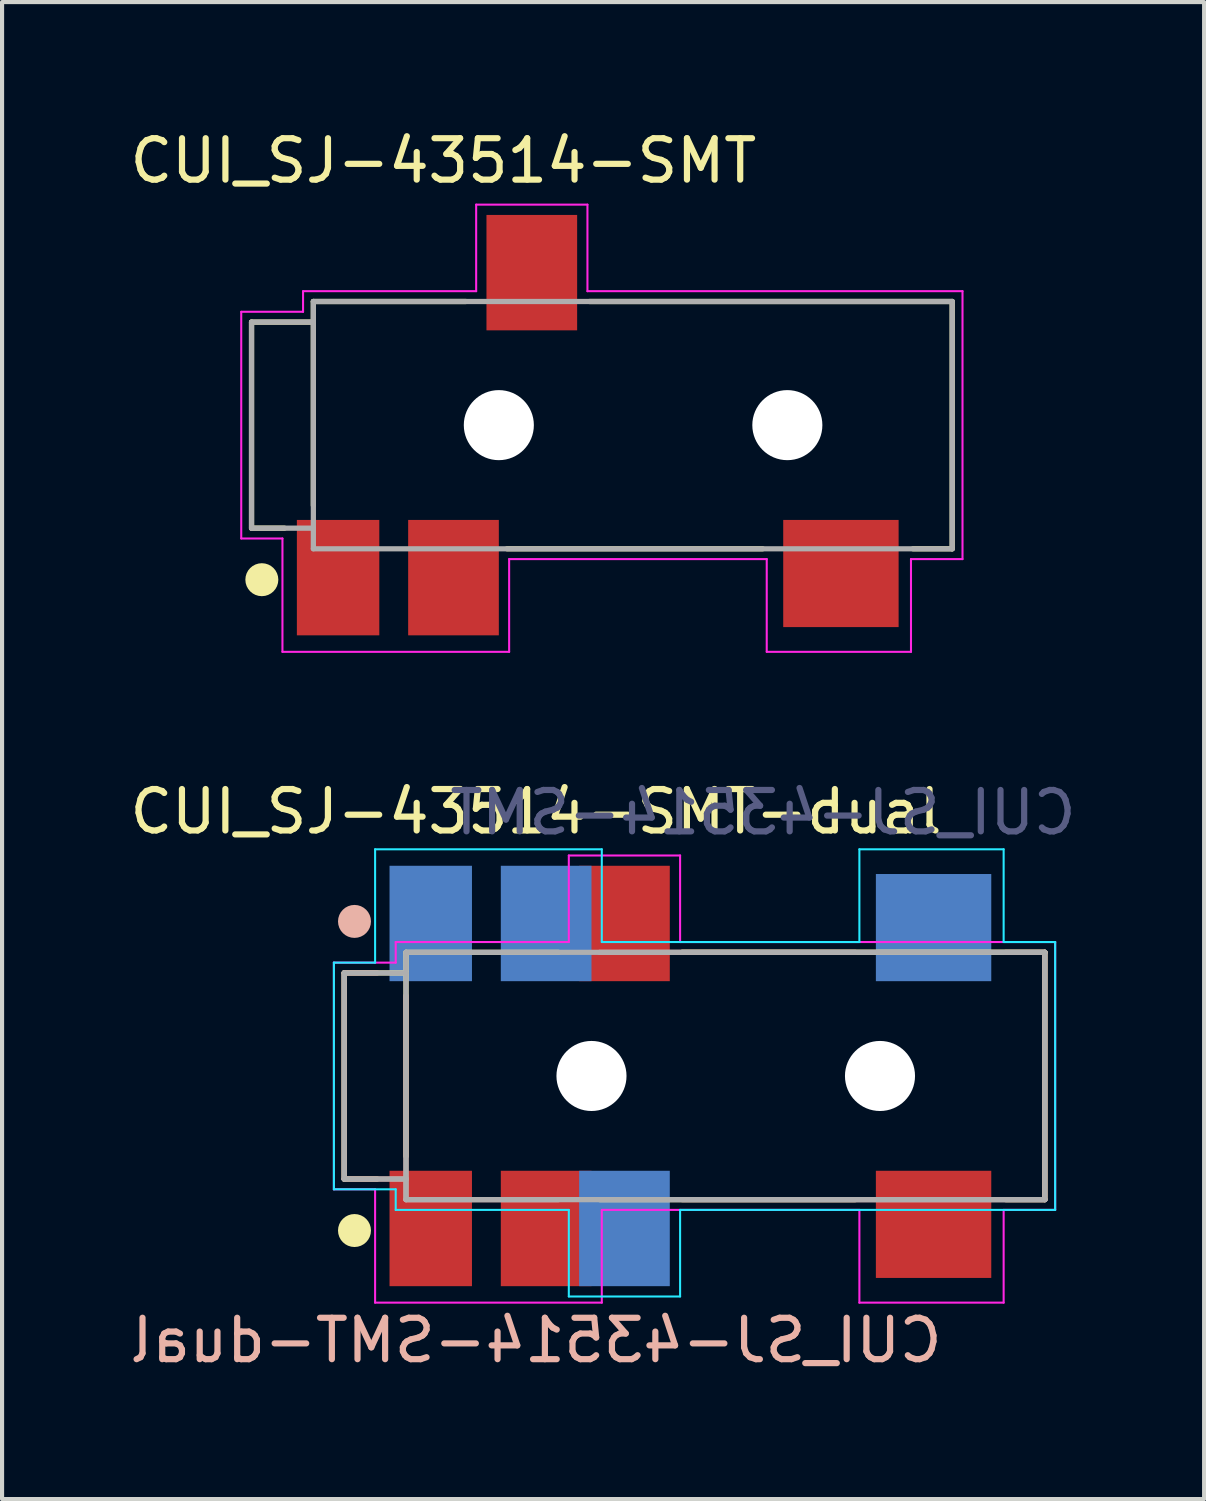
<source format=kicad_pcb>
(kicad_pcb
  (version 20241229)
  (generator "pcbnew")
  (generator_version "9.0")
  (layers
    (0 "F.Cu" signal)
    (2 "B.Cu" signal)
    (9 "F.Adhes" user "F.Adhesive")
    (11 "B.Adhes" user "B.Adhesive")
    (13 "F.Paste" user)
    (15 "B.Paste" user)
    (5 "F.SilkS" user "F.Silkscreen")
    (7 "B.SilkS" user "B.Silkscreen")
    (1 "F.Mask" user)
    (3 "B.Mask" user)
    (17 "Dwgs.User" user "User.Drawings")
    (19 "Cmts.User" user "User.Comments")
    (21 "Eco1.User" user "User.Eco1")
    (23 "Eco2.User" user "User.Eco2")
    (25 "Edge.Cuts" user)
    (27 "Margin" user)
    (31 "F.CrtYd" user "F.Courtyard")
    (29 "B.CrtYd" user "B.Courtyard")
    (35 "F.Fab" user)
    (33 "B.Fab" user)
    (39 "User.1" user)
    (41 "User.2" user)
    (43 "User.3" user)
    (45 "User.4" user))
  (footprint "CUI_SJ-43514-SMT"
    (layer "F.Cu")
    (at 12.303 7.265)
    (property "Reference" "CUI_SJ-43514-SMT" (at -4.596 -6.414 0) (layer "F.SilkS") (effects (font (size 1.005 1.005) (thickness 0.15))))
    (attr through_hole)
    (fp_line (start -9.25 -2.5) (end -9.25 2.5) (stroke (width 0.127) (type solid)) (layer "F.SilkS"))
    (fp_line (start -9.25 2.5) (end -8.45 2.5) (stroke (width 0.127) (type solid)) (layer "F.SilkS"))
    (fp_line (start -7.75 -3) (end -7.75 -2.5) (stroke (width 0.127) (type solid)) (layer "F.SilkS"))
    (fp_line (start -7.75 -2.5) (end -9.25 -2.5) (stroke (width 0.127) (type solid)) (layer "F.SilkS"))
    (fp_line (start -7.75 -2.5) (end -7.75 1.95) (stroke (width 0.127) (type solid)) (layer "F.SilkS"))
    (fp_line (start -4.05 -3) (end -7.75 -3) (stroke (width 0.127) (type solid)) (layer "F.SilkS"))
    (fp_line (start -3.05 3) (end 3.15 3) (stroke (width 0.127) (type solid)) (layer "F.SilkS"))
    (fp_line (start 6.8 3) (end 7.75 3) (stroke (width 0.127) (type solid)) (layer "F.SilkS"))
    (fp_line (start 7.75 -3) (end -1.05 -3) (stroke (width 0.127) (type solid)) (layer "F.SilkS"))
    (fp_line (start 7.75 -3) (end 7.75 3) (stroke (width 0.127) (type solid)) (layer "F.SilkS"))
    (fp_circle (center -9 3.75) (end -8.8 3.75) (stroke (width 0.4) (type solid)) (fill no) (layer "F.SilkS"))
    (fp_line (start -9.5 -2.75) (end -8 -2.75) (stroke (width 0.05) (type solid)) (layer "F.CrtYd"))
    (fp_line (start -9.5 2.75) (end -9.5 -2.75) (stroke (width 0.05) (type solid)) (layer "F.CrtYd"))
    (fp_line (start -8.5 2.75) (end -9.5 2.75) (stroke (width 0.05) (type solid)) (layer "F.CrtYd"))
    (fp_line (start -8.5 5.5) (end -8.5 2.75) (stroke (width 0.05) (type solid)) (layer "F.CrtYd"))
    (fp_line (start -8 -3.25) (end -3.8 -3.25) (stroke (width 0.05) (type solid)) (layer "F.CrtYd"))
    (fp_line (start -8 -2.75) (end -8 -3.25) (stroke (width 0.05) (type solid)) (layer "F.CrtYd"))
    (fp_line (start -3.8 -5.35) (end -1.1 -5.35) (stroke (width 0.05) (type solid)) (layer "F.CrtYd"))
    (fp_line (start -3.8 -3.25) (end -3.8 -5.35) (stroke (width 0.05) (type solid)) (layer "F.CrtYd"))
    (fp_line (start -3 3.25) (end -3 5.5) (stroke (width 0.05) (type solid)) (layer "F.CrtYd"))
    (fp_line (start -3 5.5) (end -8.5 5.5) (stroke (width 0.05) (type solid)) (layer "F.CrtYd"))
    (fp_line (start -1.1 -5.35) (end -1.1 -3.25) (stroke (width 0.05) (type solid)) (layer "F.CrtYd"))
    (fp_line (start -1.1 -3.25) (end 8 -3.25) (stroke (width 0.05) (type solid)) (layer "F.CrtYd"))
    (fp_line (start 3.25 3.25) (end -3 3.25) (stroke (width 0.05) (type solid)) (layer "F.CrtYd"))
    (fp_line (start 3.25 5.5) (end 3.25 3.25) (stroke (width 0.05) (type solid)) (layer "F.CrtYd"))
    (fp_line (start 6.75 3.25) (end 6.75 5.5) (stroke (width 0.05) (type solid)) (layer "F.CrtYd"))
    (fp_line (start 6.75 5.5) (end 3.25 5.5) (stroke (width 0.05) (type solid)) (layer "F.CrtYd"))
    (fp_line (start 8 -3.25) (end 8 3.25) (stroke (width 0.05) (type solid)) (layer "F.CrtYd"))
    (fp_line (start 8 3.25) (end 6.75 3.25) (stroke (width 0.05) (type solid)) (layer "F.CrtYd"))
    (fp_line (start -9.25 -2.5) (end -9.25 2.5) (stroke (width 0.127) (type solid)) (layer "F.Fab"))
    (fp_line (start -9.25 2.5) (end -7.75 2.5) (stroke (width 0.127) (type solid)) (layer "F.Fab"))
    (fp_line (start -7.75 -3) (end -7.75 -2.5) (stroke (width 0.127) (type solid)) (layer "F.Fab"))
    (fp_line (start -7.75 -2.5) (end -9.25 -2.5) (stroke (width 0.127) (type solid)) (layer "F.Fab"))
    (fp_line (start -7.75 -2.5) (end -7.75 2.5) (stroke (width 0.127) (type solid)) (layer "F.Fab"))
    (fp_line (start -7.75 2.5) (end -7.75 3) (stroke (width 0.127) (type solid)) (layer "F.Fab"))
    (fp_line (start -7.75 3) (end 7.75 3) (stroke (width 0.127) (type solid)) (layer "F.Fab"))
    (fp_line (start 7.75 -3) (end -7.75 -3) (stroke (width 0.127) (type solid)) (layer "F.Fab"))
    (fp_line (start 7.75 3) (end 7.75 -3) (stroke (width 0.127) (type solid)) (layer "F.Fab"))
    (pad "" np_thru_hole circle (at -3.25 0) (size 1.7 1.7) (drill 1.7) (layers "*.Cu" "*.Mask"))
    (pad "" np_thru_hole circle (at 3.75 0) (size 1.7 1.7) (drill 1.7) (layers "*.Cu" "*.Mask"))
    (pad "1" smd rect (at -7.15 3.7) (size 2 2.8) (layers "F.Cu" "F.Mask" "F.Paste"))
    (pad "2" smd rect (at 5.05 3.6) (size 2.8 2.6) (layers "F.Cu" "F.Mask" "F.Paste"))
    (pad "3" smd rect (at -2.45 -3.7) (size 2.2 2.8) (layers "F.Cu" "F.Mask" "F.Paste"))
    (pad "4" smd rect (at -4.35 3.7) (size 2.2 2.8) (layers "F.Cu" "F.Mask" "F.Paste")))
  (footprint "CUI_SJ-43514-SMT-dual"
    (layer "F.Cu")
    (at 14.551 23.056)
    (property "Reference" "CUI_SJ-43514-SMT-dual" (at -4.596 -6.414 0) (layer "F.SilkS") (effects (font (size 1.005 1.005) (thickness 0.15))))
    (attr through_hole)
    (fp_line (start -9.25 -2.5) (end -9.25 2.5) (stroke (width 0.127) (type solid)) (layer "F.SilkS"))
    (fp_line (start -9.25 2.5) (end -8.45 2.5) (stroke (width 0.127) (type solid)) (layer "F.SilkS"))
    (fp_line (start -7.75 -3) (end -7.75 -2.5) (stroke (width 0.127) (type solid)) (layer "F.SilkS"))
    (fp_line (start -7.75 -2.5) (end -9.25 -2.5) (stroke (width 0.127) (type solid)) (layer "F.SilkS"))
    (fp_line (start -7.75 -2.5) (end -7.75 1.95) (stroke (width 0.127) (type solid)) (layer "F.SilkS"))
    (fp_line (start -4.05 -3) (end -7.75 -3) (stroke (width 0.127) (type solid)) (layer "F.SilkS"))
    (fp_line (start -3.05 3) (end 3.15 3) (stroke (width 0.127) (type solid)) (layer "F.SilkS"))
    (fp_line (start 6.8 3) (end 7.75 3) (stroke (width 0.127) (type solid)) (layer "F.SilkS"))
    (fp_line (start 7.75 -3) (end -1.05 -3) (stroke (width 0.127) (type solid)) (layer "F.SilkS"))
    (fp_line (start 7.75 -3) (end -1.05 -3) (stroke (width 0.127) (type solid)) (layer "F.SilkS"))
    (fp_line (start 7.75 -3) (end 7.75 3) (stroke (width 0.127) (type solid)) (layer "F.SilkS"))
    (fp_circle (center -9 3.75) (end -8.8 3.75) (stroke (width 0.4) (type solid)) (fill no) (layer "F.SilkS"))
    (fp_line (start -9.25 -2.5) (end -8.45 -2.5) (stroke (width 0.127) (type solid)) (layer "B.SilkS"))
    (fp_line (start -9.25 2.5) (end -9.25 -2.5) (stroke (width 0.127) (type solid)) (layer "B.SilkS"))
    (fp_line (start -7.75 2.5) (end -9.25 2.5) (stroke (width 0.127) (type solid)) (layer "B.SilkS"))
    (fp_line (start -7.75 2.5) (end -7.75 -1.95) (stroke (width 0.127) (type solid)) (layer "B.SilkS"))
    (fp_line (start -7.75 3) (end -7.75 2.5) (stroke (width 0.127) (type solid)) (layer "B.SilkS"))
    (fp_line (start -4.05 3) (end -7.75 3) (stroke (width 0.127) (type solid)) (layer "B.SilkS"))
    (fp_line (start -3.05 -3) (end 3.15 -3) (stroke (width 0.127) (type solid)) (layer "B.SilkS"))
    (fp_line (start 6.8 -3) (end 7.75 -3) (stroke (width 0.127) (type solid)) (layer "B.SilkS"))
    (fp_line (start 7.75 3) (end -1.05 3) (stroke (width 0.127) (type solid)) (layer "B.SilkS"))
    (fp_line (start 7.75 3) (end 7.75 -3) (stroke (width 0.127) (type solid)) (layer "B.SilkS"))
    (fp_circle (center -9 -3.75) (end -8.8 -3.75) (stroke (width 0.4) (type solid)) (fill no) (layer "B.SilkS"))
    (fp_line (start -9.5 -2.75) (end -9.5 2.75) (stroke (width 0.05) (type solid)) (layer "B.CrtYd"))
    (fp_line (start -9.5 2.75) (end -8 2.75) (stroke (width 0.05) (type solid)) (layer "B.CrtYd"))
    (fp_line (start -8.5 -5.5) (end -8.5 -2.75) (stroke (width 0.05) (type solid)) (layer "B.CrtYd"))
    (fp_line (start -8.5 -2.75) (end -9.5 -2.75) (stroke (width 0.05) (type solid)) (layer "B.CrtYd"))
    (fp_line (start -8 2.75) (end -8 3.25) (stroke (width 0.05) (type solid)) (layer "B.CrtYd"))
    (fp_line (start -8 3.25) (end -3.8 3.25) (stroke (width 0.05) (type solid)) (layer "B.CrtYd"))
    (fp_line (start -3.8 3.25) (end -3.8 5.35) (stroke (width 0.05) (type solid)) (layer "B.CrtYd"))
    (fp_line (start -3.8 5.35) (end -1.1 5.35) (stroke (width 0.05) (type solid)) (layer "B.CrtYd"))
    (fp_line (start -3 -5.5) (end -8.5 -5.5) (stroke (width 0.05) (type solid)) (layer "B.CrtYd"))
    (fp_line (start -3 -3.25) (end -3 -5.5) (stroke (width 0.05) (type solid)) (layer "B.CrtYd"))
    (fp_line (start -1.1 3.25) (end 8 3.25) (stroke (width 0.05) (type solid)) (layer "B.CrtYd"))
    (fp_line (start -1.1 5.35) (end -1.1 3.25) (stroke (width 0.05) (type solid)) (layer "B.CrtYd"))
    (fp_line (start 3.25 -5.5) (end 3.25 -3.25) (stroke (width 0.05) (type solid)) (layer "B.CrtYd"))
    (fp_line (start 3.25 -3.25) (end -3 -3.25) (stroke (width 0.05) (type solid)) (layer "B.CrtYd"))
    (fp_line (start 6.75 -5.5) (end 3.25 -5.5) (stroke (width 0.05) (type solid)) (layer "B.CrtYd"))
    (fp_line (start 6.75 -3.25) (end 6.75 -5.5) (stroke (width 0.05) (type solid)) (layer "B.CrtYd"))
    (fp_line (start 8 -3.25) (end 6.75 -3.25) (stroke (width 0.05) (type solid)) (layer "B.CrtYd"))
    (fp_line (start 8 3.25) (end 8 -3.25) (stroke (width 0.05) (type solid)) (layer "B.CrtYd"))
    (fp_line (start -9.5 -2.75) (end -8 -2.75) (stroke (width 0.05) (type solid)) (layer "F.CrtYd"))
    (fp_line (start -9.5 2.75) (end -9.5 -2.75) (stroke (width 0.05) (type solid)) (layer "F.CrtYd"))
    (fp_line (start -8.5 2.75) (end -9.5 2.75) (stroke (width 0.05) (type solid)) (layer "F.CrtYd"))
    (fp_line (start -8.5 5.5) (end -8.5 2.75) (stroke (width 0.05) (type solid)) (layer "F.CrtYd"))
    (fp_line (start -8 -3.25) (end -3.8 -3.25) (stroke (width 0.05) (type solid)) (layer "F.CrtYd"))
    (fp_line (start -8 -2.75) (end -8 -3.25) (stroke (width 0.05) (type solid)) (layer "F.CrtYd"))
    (fp_line (start -3.8 -5.35) (end -1.1 -5.35) (stroke (width 0.05) (type solid)) (layer "F.CrtYd"))
    (fp_line (start -3.8 -3.25) (end -3.8 -5.35) (stroke (width 0.05) (type solid)) (layer "F.CrtYd"))
    (fp_line (start -3 3.25) (end -3 5.5) (stroke (width 0.05) (type solid)) (layer "F.CrtYd"))
    (fp_line (start -3 5.5) (end -8.5 5.5) (stroke (width 0.05) (type solid)) (layer "F.CrtYd"))
    (fp_line (start -1.1 -5.35) (end -1.1 -3.25) (stroke (width 0.05) (type solid)) (layer "F.CrtYd"))
    (fp_line (start -1.1 -3.25) (end 8 -3.25) (stroke (width 0.05) (type solid)) (layer "F.CrtYd"))
    (fp_line (start 3.25 3.25) (end -3 3.25) (stroke (width 0.05) (type solid)) (layer "F.CrtYd"))
    (fp_line (start 3.25 5.5) (end 3.25 3.25) (stroke (width 0.05) (type solid)) (layer "F.CrtYd"))
    (fp_line (start 6.75 3.25) (end 6.75 5.5) (stroke (width 0.05) (type solid)) (layer "F.CrtYd"))
    (fp_line (start 6.75 5.5) (end 3.25 5.5) (stroke (width 0.05) (type solid)) (layer "F.CrtYd"))
    (fp_line (start 8 -3.25) (end 8 3.25) (stroke (width 0.05) (type solid)) (layer "F.CrtYd"))
    (fp_line (start 8 3.25) (end 6.75 3.25) (stroke (width 0.05) (type solid)) (layer "F.CrtYd"))
    (fp_line (start -9.25 -2.5) (end -9.25 2.5) (stroke (width 0.127) (type solid)) (layer "F.Fab"))
    (fp_line (start -9.25 2.5) (end -7.75 2.5) (stroke (width 0.127) (type solid)) (layer "F.Fab"))
    (fp_line (start -7.75 -3) (end -7.75 -2.5) (stroke (width 0.127) (type solid)) (layer "F.Fab"))
    (fp_line (start -7.75 -2.5) (end -9.25 -2.5) (stroke (width 0.127) (type solid)) (layer "F.Fab"))
    (fp_line (start -7.75 -2.5) (end -7.75 2.5) (stroke (width 0.127) (type solid)) (layer "F.Fab"))
    (fp_line (start -7.75 2.5) (end -7.75 3) (stroke (width 0.127) (type solid)) (layer "F.Fab"))
    (fp_line (start -7.75 3) (end 7.75 3) (stroke (width 0.127) (type solid)) (layer "F.Fab"))
    (fp_line (start 7.75 -3) (end -7.75 -3) (stroke (width 0.127) (type solid)) (layer "F.Fab"))
    (fp_line (start 7.75 3) (end 7.75 -3) (stroke (width 0.127) (type solid)) (layer "F.Fab"))
    (fp_text user "${REFERENCE}" (at -4.596 6.414 0) (layer "B.SilkS") (effects (font (size 1.005 1.005) (thickness 0.15)) (justify mirror)))
    (fp_text user "CUI_SJ-43514-SMT" (at 0.913 -6.392 0) (layer "B.Fab") (effects (font (size 1.004 1.004) (thickness 0.15)) (justify mirror)))
    (pad "" np_thru_hole circle (at -3.25 0) (size 1.7 1.7) (drill 1.7) (layers "*.Cu" "*.Mask"))
    (pad "" np_thru_hole circle (at 3.75 0) (size 1.7 1.7) (drill 1.7) (layers "*.Cu" "*.Mask"))
    (pad "1" smd rect (at -7.15 -3.7) (size 2 2.8) (layers "B.Cu" "B.Mask" "B.Paste"))
    (pad "1" smd rect (at -7.15 3.7) (size 2 2.8) (layers "F.Cu" "F.Mask" "F.Paste"))
    (pad "2" smd rect (at 5.05 -3.6) (size 2.8 2.6) (layers "B.Cu" "B.Mask" "B.Paste"))
    (pad "2" smd rect (at 5.05 3.6) (size 2.8 2.6) (layers "F.Cu" "F.Mask" "F.Paste"))
    (pad "3" smd rect (at -2.45 -3.7) (size 2.2 2.8) (layers "F.Cu" "F.Mask" "F.Paste"))
    (pad "3" smd rect (at -2.45 3.7) (size 2.2 2.8) (layers "B.Cu" "B.Mask" "B.Paste"))
    (pad "4" smd rect (at -4.35 -3.7) (size 2.2 2.8) (layers "B.Cu" "B.Mask" "B.Paste"))
    (pad "4" smd rect (at -4.35 3.7) (size 2.2 2.8) (layers "F.Cu" "F.Mask" "F.Paste")))
  (gr_rect
    (start -3 -3)
    (end 26.165 33.321)
    (stroke (width 0.1) (type default))
    (fill no)
    (layer "Edge.Cuts")))
</source>
